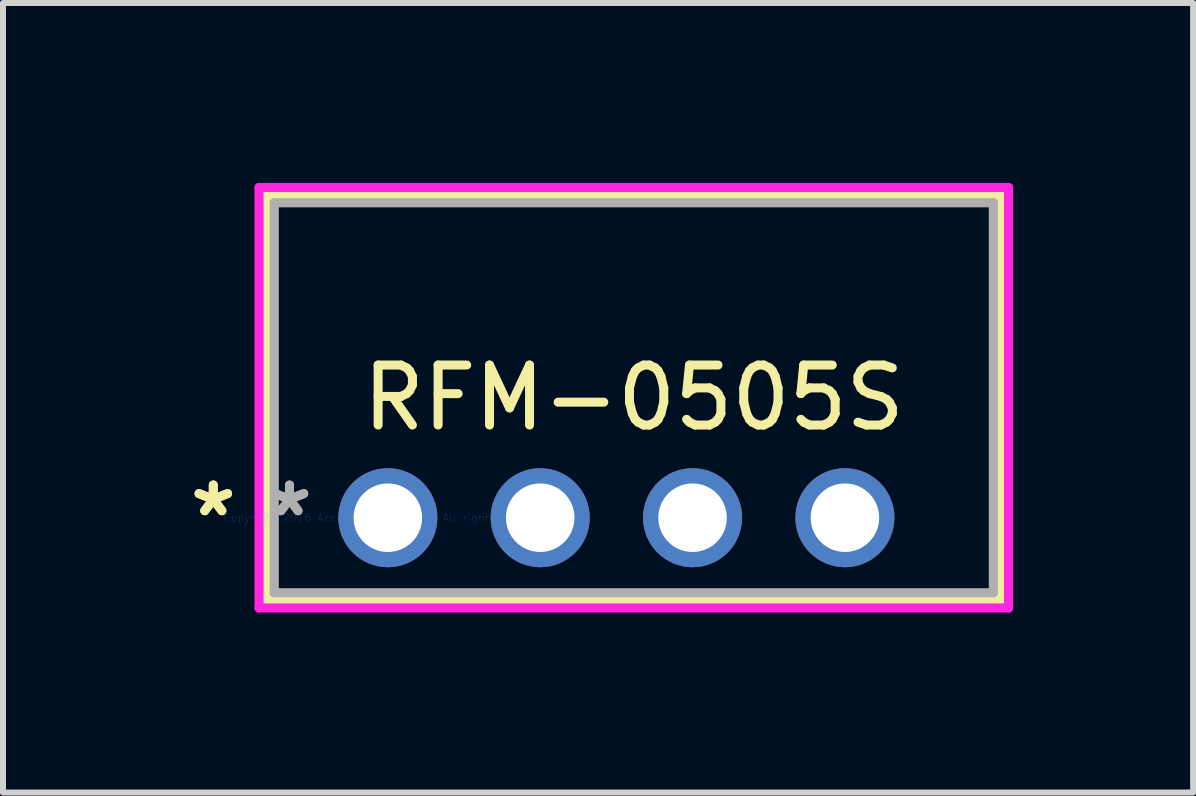
<source format=kicad_pcb>
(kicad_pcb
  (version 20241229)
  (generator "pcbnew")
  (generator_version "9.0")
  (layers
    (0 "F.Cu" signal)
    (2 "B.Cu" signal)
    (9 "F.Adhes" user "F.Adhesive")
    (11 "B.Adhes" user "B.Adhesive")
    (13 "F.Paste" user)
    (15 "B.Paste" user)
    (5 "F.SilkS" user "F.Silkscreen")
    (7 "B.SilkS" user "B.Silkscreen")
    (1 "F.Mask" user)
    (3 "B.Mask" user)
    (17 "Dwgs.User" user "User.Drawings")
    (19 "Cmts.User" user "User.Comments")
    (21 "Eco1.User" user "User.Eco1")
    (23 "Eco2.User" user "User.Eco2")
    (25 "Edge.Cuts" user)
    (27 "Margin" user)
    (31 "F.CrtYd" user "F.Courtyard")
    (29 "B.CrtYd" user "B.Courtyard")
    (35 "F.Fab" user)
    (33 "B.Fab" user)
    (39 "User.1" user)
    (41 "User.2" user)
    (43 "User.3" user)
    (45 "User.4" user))
  (footprint "RFM-0505S"
    (layer "F.Cu")
    (at 3.416 5.581)
    (property "Reference" "RFM-0505S" (at 4.1 -2 0) (layer "F.SilkS") (effects (font (size 1 1) (thickness 0.15))))
    (attr through_hole)
    (fp_line (start -2.021 -5.378) (end -2.021 1.378) (stroke (width 0.152) (type solid)) (layer "F.SilkS"))
    (fp_line (start -2.021 1.378) (end 10.221 1.378) (stroke (width 0.152) (type solid)) (layer "F.SilkS"))
    (fp_line (start 10.221 -5.378) (end -2.021 -5.378) (stroke (width 0.152) (type solid)) (layer "F.SilkS"))
    (fp_line (start 10.221 1.378) (end 10.221 -5.378) (stroke (width 0.152) (type solid)) (layer "F.SilkS"))
    (fp_line (start -2.148 -5.505) (end 10.348 -5.505) (stroke (width 0.152) (type solid)) (layer "F.CrtYd"))
    (fp_line (start -2.148 1.505) (end -2.148 -5.505) (stroke (width 0.152) (type solid)) (layer "F.CrtYd"))
    (fp_line (start 10.348 -5.505) (end 10.348 1.505) (stroke (width 0.152) (type solid)) (layer "F.CrtYd"))
    (fp_line (start 10.348 1.505) (end -2.148 1.505) (stroke (width 0.152) (type solid)) (layer "F.CrtYd"))
    (fp_line (start -1.894 -5.251) (end -1.894 1.251) (stroke (width 0.152) (type solid)) (layer "F.Fab"))
    (fp_line (start -1.894 1.251) (end 10.094 1.251) (stroke (width 0.152) (type solid)) (layer "F.Fab"))
    (fp_line (start 10.094 -5.251) (end -1.894 -5.251) (stroke (width 0.152) (type solid)) (layer "F.Fab"))
    (fp_line (start 10.094 1.251) (end 10.094 -5.251) (stroke (width 0.152) (type solid)) (layer "F.Fab"))
    (fp_text user "*" (at -2.91 0 0) (layer "F.SilkS") (effects (font (size 1 1) (thickness 0.15))))
    (fp_text user "*" (at -2.91 0 0) (layer "F.SilkS") (effects (font (size 1 1) (thickness 0.15))))
    (fp_text user "Copyright 2016 Accelerated Designs. All rights reserved." (at 0 0 0) (layer "Cmts.User") (effects (font (size 0.127 0.127) (thickness 0.002))))
    (fp_text user "*" (at -1.64 0 0) (layer "F.Fab") (effects (font (size 1 1) (thickness 0.15))))
    (fp_text user "*" (at -1.64 0 0) (layer "F.Fab") (effects (font (size 1 1) (thickness 0.15))))
    (pad "1" thru_hole circle (at 0 0.000001) (size 1.651 1.651) (drill 1.143) (layers "*.Cu" "*.Mask"))
    (pad "2" thru_hole circle (at 2.54 0.000001) (size 1.651 1.651) (drill 1.143) (layers "*.Cu" "*.Mask"))
    (pad "3" thru_hole circle (at 5.08 0.000001) (size 1.651 1.651) (drill 1.143) (layers "*.Cu" "*.Mask"))
    (pad "4" thru_hole circle (at 7.62 0.000001) (size 1.651 1.651) (drill 1.143) (layers "*.Cu" "*.Mask")))
  (gr_rect
    (start -3 -3)
    (end 16.841 10.163)
    (stroke (width 0.1) (type default))
    (fill no)
    (layer "Edge.Cuts")))
</source>
